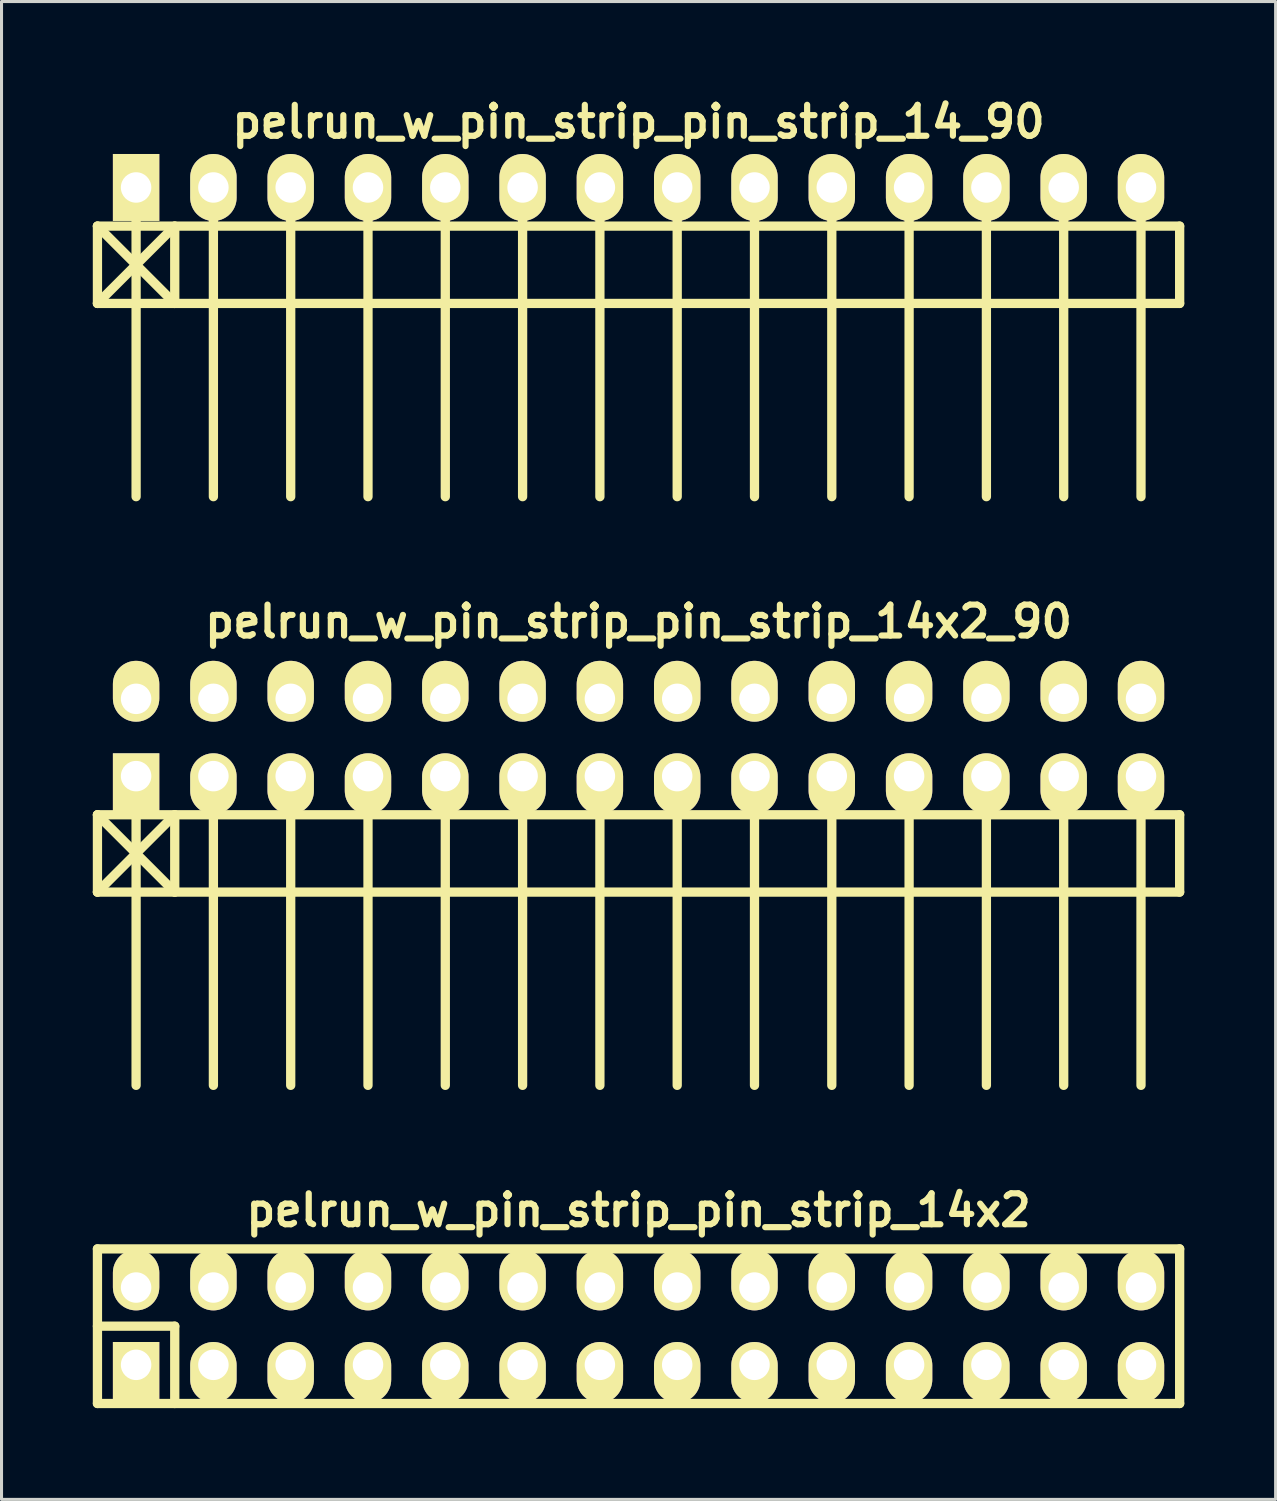
<source format=kicad_pcb>
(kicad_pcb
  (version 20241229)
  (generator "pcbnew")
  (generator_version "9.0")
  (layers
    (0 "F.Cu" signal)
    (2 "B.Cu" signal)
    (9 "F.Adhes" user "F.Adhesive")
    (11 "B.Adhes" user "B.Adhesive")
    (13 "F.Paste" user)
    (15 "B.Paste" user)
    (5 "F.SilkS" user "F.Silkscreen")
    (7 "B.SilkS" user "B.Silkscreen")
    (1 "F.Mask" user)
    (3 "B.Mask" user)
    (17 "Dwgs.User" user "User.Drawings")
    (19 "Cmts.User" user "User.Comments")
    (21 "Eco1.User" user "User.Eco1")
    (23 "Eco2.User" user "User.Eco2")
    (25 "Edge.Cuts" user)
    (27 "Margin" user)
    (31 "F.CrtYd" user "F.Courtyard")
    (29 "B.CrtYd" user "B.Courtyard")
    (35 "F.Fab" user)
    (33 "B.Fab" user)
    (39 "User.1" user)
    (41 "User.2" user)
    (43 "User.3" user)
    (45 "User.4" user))
  (footprint "pelrun_w_pin_strip_pin_strip_14x2"
    (layer "F.Cu")
    (at 17.932 40.527)
    (property "Reference" "pelrun_w_pin_strip_pin_strip_14x2" (at 0 -3.81 0) (layer "F.SilkS") (effects (font (size 1.016 1.016) (thickness 0.203))))
    (attr through_hole)
    (fp_line (start -17.78 -2.54) (end -17.78 2.54) (stroke (width 0.305) (type solid)) (layer "F.SilkS"))
    (fp_line (start -17.78 -2.54) (end 17.78 -2.54) (stroke (width 0.305) (type solid)) (layer "F.SilkS"))
    (fp_line (start -17.78 0) (end -15.24 0) (stroke (width 0.305) (type solid)) (layer "F.SilkS"))
    (fp_line (start -15.24 0) (end -15.24 2.54) (stroke (width 0.305) (type solid)) (layer "F.SilkS"))
    (fp_line (start 17.78 2.54) (end -17.78 2.54) (stroke (width 0.305) (type solid)) (layer "F.SilkS"))
    (fp_line (start 17.78 2.54) (end 17.78 -2.54) (stroke (width 0.305) (type solid)) (layer "F.SilkS"))
    (pad "1" thru_hole rect (at -16.51 1.27) (size 1.524 1.999) (drill 1.001 (offset 0 0.249)) (layers "*.Cu" "*.Mask" "F.SilkS"))
    (pad "2" thru_hole oval (at -16.51 -1.27) (size 1.524 1.999) (drill 1.001 (offset 0 -0.249)) (layers "*.Cu" "*.Mask" "F.SilkS"))
    (pad "3" thru_hole oval (at -13.97 1.27) (size 1.524 1.999) (drill 1.001 (offset 0 0.249)) (layers "*.Cu" "*.Mask" "F.SilkS"))
    (pad "4" thru_hole oval (at -13.97 -1.27) (size 1.524 1.999) (drill 1.001 (offset 0 -0.249)) (layers "*.Cu" "*.Mask" "F.SilkS"))
    (pad "5" thru_hole oval (at -11.43 1.27) (size 1.524 1.999) (drill 1.001 (offset 0 0.249)) (layers "*.Cu" "*.Mask" "F.SilkS"))
    (pad "6" thru_hole oval (at -11.43 -1.27) (size 1.524 1.999) (drill 1.001 (offset 0 -0.249)) (layers "*.Cu" "*.Mask" "F.SilkS"))
    (pad "7" thru_hole oval (at -8.89 1.27) (size 1.524 1.999) (drill 1.001 (offset 0 0.249)) (layers "*.Cu" "*.Mask" "F.SilkS"))
    (pad "8" thru_hole oval (at -8.89 -1.27) (size 1.524 1.999) (drill 1.001 (offset 0 -0.249)) (layers "*.Cu" "*.Mask" "F.SilkS"))
    (pad "9" thru_hole oval (at -6.35 1.27) (size 1.524 1.999) (drill 1.001 (offset 0 0.249)) (layers "*.Cu" "*.Mask" "F.SilkS"))
    (pad "10" thru_hole oval (at -6.35 -1.27) (size 1.524 1.999) (drill 1.001 (offset 0 -0.249)) (layers "*.Cu" "*.Mask" "F.SilkS"))
    (pad "11" thru_hole oval (at -3.81 1.27) (size 1.524 1.999) (drill 1.001 (offset 0 0.249)) (layers "*.Cu" "*.Mask" "F.SilkS"))
    (pad "12" thru_hole oval (at -3.81 -1.27) (size 1.524 1.999) (drill 1.001 (offset 0 -0.249)) (layers "*.Cu" "*.Mask" "F.SilkS"))
    (pad "13" thru_hole oval (at -1.27 1.27) (size 1.524 1.999) (drill 1.001 (offset 0 0.249)) (layers "*.Cu" "*.Mask" "F.SilkS"))
    (pad "14" thru_hole oval (at -1.27 -1.27) (size 1.524 1.999) (drill 1.001 (offset 0 -0.249)) (layers "*.Cu" "*.Mask" "F.SilkS"))
    (pad "15" thru_hole oval (at 1.27 1.27) (size 1.524 1.999) (drill 1.001 (offset 0 0.249)) (layers "*.Cu" "*.Mask" "F.SilkS"))
    (pad "16" thru_hole oval (at 1.27 -1.27) (size 1.524 1.999) (drill 1.001 (offset 0 -0.249)) (layers "*.Cu" "*.Mask" "F.SilkS"))
    (pad "17" thru_hole oval (at 3.81 1.27) (size 1.524 1.999) (drill 1.001 (offset 0 0.249)) (layers "*.Cu" "*.Mask" "F.SilkS"))
    (pad "18" thru_hole oval (at 3.81 -1.27) (size 1.524 1.999) (drill 1.001 (offset 0 -0.249)) (layers "*.Cu" "*.Mask" "F.SilkS"))
    (pad "19" thru_hole oval (at 6.35 1.27) (size 1.524 1.999) (drill 1.001 (offset 0 0.249)) (layers "*.Cu" "*.Mask" "F.SilkS"))
    (pad "20" thru_hole oval (at 6.35 -1.27) (size 1.524 1.999) (drill 1.001 (offset 0 -0.249)) (layers "*.Cu" "*.Mask" "F.SilkS"))
    (pad "21" thru_hole oval (at 8.89 1.27) (size 1.524 1.999) (drill 1.001 (offset 0 0.249)) (layers "*.Cu" "*.Mask" "F.SilkS"))
    (pad "22" thru_hole oval (at 8.89 -1.27) (size 1.524 1.999) (drill 1.001 (offset 0 -0.249)) (layers "*.Cu" "*.Mask" "F.SilkS"))
    (pad "23" thru_hole oval (at 11.43 1.27) (size 1.524 1.999) (drill 1.001 (offset 0 0.249)) (layers "*.Cu" "*.Mask" "F.SilkS"))
    (pad "24" thru_hole oval (at 11.43 -1.27) (size 1.524 1.999) (drill 1.001 (offset 0 -0.249)) (layers "*.Cu" "*.Mask" "F.SilkS"))
    (pad "25" thru_hole oval (at 13.97 1.27) (size 1.524 1.999) (drill 1.001 (offset 0 0.249)) (layers "*.Cu" "*.Mask" "F.SilkS"))
    (pad "26" thru_hole oval (at 13.97 -1.27) (size 1.524 1.999) (drill 1.001 (offset 0 -0.249)) (layers "*.Cu" "*.Mask" "F.SilkS"))
    (pad "27" thru_hole oval (at 16.51 1.27) (size 1.524 1.999) (drill 1.001 (offset 0 0.249)) (layers "*.Cu" "*.Mask" "F.SilkS"))
    (pad "28" thru_hole oval (at 16.51 -1.27) (size 1.524 1.999) (drill 1.001 (offset 0 -0.249)) (layers "*.Cu" "*.Mask" "F.SilkS")))
  (footprint "pelrun_w_pin_strip_pin_strip_14_90"
    (layer "F.Cu")
    (at 17.932 3.11)
    (property "Reference" "pelrun_w_pin_strip_pin_strip_14_90" (at 0 -2.159 0) (layer "F.SilkS") (effects (font (size 1.016 1.016) (thickness 0.203))))
    (attr through_hole)
    (fp_line (start -17.78 1.27) (end 17.78 1.27) (stroke (width 0.305) (type solid)) (layer "F.SilkS"))
    (fp_line (start -17.78 3.81) (end -17.78 1.27) (stroke (width 0.305) (type solid)) (layer "F.SilkS"))
    (fp_line (start -17.78 3.81) (end -15.24 1.27) (stroke (width 0.305) (type solid)) (layer "F.SilkS"))
    (fp_line (start -16.51 0) (end -16.51 10.16) (stroke (width 0.305) (type solid)) (layer "F.SilkS"))
    (fp_line (start -15.24 1.27) (end -15.24 3.81) (stroke (width 0.305) (type solid)) (layer "F.SilkS"))
    (fp_line (start -15.24 3.81) (end -17.78 1.27) (stroke (width 0.305) (type solid)) (layer "F.SilkS"))
    (fp_line (start -13.97 0) (end -13.97 10.16) (stroke (width 0.305) (type solid)) (layer "F.SilkS"))
    (fp_line (start -11.43 10.16) (end -11.43 0) (stroke (width 0.305) (type solid)) (layer "F.SilkS"))
    (fp_line (start -8.89 0) (end -8.89 10.16) (stroke (width 0.305) (type solid)) (layer "F.SilkS"))
    (fp_line (start -6.35 0) (end -6.35 10.16) (stroke (width 0.305) (type solid)) (layer "F.SilkS"))
    (fp_line (start -3.81 0) (end -3.81 10.16) (stroke (width 0.305) (type solid)) (layer "F.SilkS"))
    (fp_line (start -1.27 0) (end -1.27 10.16) (stroke (width 0.305) (type solid)) (layer "F.SilkS"))
    (fp_line (start 1.27 0) (end 1.27 10.16) (stroke (width 0.305) (type solid)) (layer "F.SilkS"))
    (fp_line (start 3.81 0) (end 3.81 10.16) (stroke (width 0.305) (type solid)) (layer "F.SilkS"))
    (fp_line (start 6.35 0) (end 6.35 10.16) (stroke (width 0.305) (type solid)) (layer "F.SilkS"))
    (fp_line (start 8.89 0) (end 8.89 10.16) (stroke (width 0.305) (type solid)) (layer "F.SilkS"))
    (fp_line (start 11.43 0) (end 11.43 10.16) (stroke (width 0.305) (type solid)) (layer "F.SilkS"))
    (fp_line (start 13.97 10.16) (end 13.97 0) (stroke (width 0.305) (type solid)) (layer "F.SilkS"))
    (fp_line (start 16.51 0) (end 16.51 10.16) (stroke (width 0.305) (type solid)) (layer "F.SilkS"))
    (fp_line (start 17.78 1.27) (end 17.78 3.81) (stroke (width 0.305) (type solid)) (layer "F.SilkS"))
    (fp_line (start 17.78 3.81) (end -17.78 3.81) (stroke (width 0.305) (type solid)) (layer "F.SilkS"))
    (pad "1" thru_hole rect (at -16.51 0) (size 1.524 2.2) (drill 1.001) (layers "*.Cu" "*.Mask" "F.SilkS"))
    (pad "2" thru_hole oval (at -13.97 0) (size 1.524 2.2) (drill 1.001) (layers "*.Cu" "*.Mask" "F.SilkS"))
    (pad "3" thru_hole oval (at -11.43 0) (size 1.524 2.2) (drill 1.001) (layers "*.Cu" "*.Mask" "F.SilkS"))
    (pad "4" thru_hole oval (at -8.89 0) (size 1.524 2.2) (drill 1.001) (layers "*.Cu" "*.Mask" "F.SilkS"))
    (pad "5" thru_hole oval (at -6.35 0) (size 1.524 2.2) (drill 1.001) (layers "*.Cu" "*.Mask" "F.SilkS"))
    (pad "6" thru_hole oval (at -3.81 0) (size 1.524 2.2) (drill 1.001) (layers "*.Cu" "*.Mask" "F.SilkS"))
    (pad "7" thru_hole oval (at -1.27 0) (size 1.524 2.2) (drill 1.001) (layers "*.Cu" "*.Mask" "F.SilkS"))
    (pad "8" thru_hole oval (at 1.27 0) (size 1.524 2.2) (drill 1.001) (layers "*.Cu" "*.Mask" "F.SilkS"))
    (pad "9" thru_hole oval (at 3.81 0) (size 1.524 2.2) (drill 1.001) (layers "*.Cu" "*.Mask" "F.SilkS"))
    (pad "10" thru_hole oval (at 6.35 0) (size 1.524 2.2) (drill 1.001) (layers "*.Cu" "*.Mask" "F.SilkS"))
    (pad "11" thru_hole oval (at 8.89 0) (size 1.524 2.2) (drill 1.001) (layers "*.Cu" "*.Mask" "F.SilkS"))
    (pad "12" thru_hole oval (at 11.43 0) (size 1.524 2.2) (drill 1.001) (layers "*.Cu" "*.Mask" "F.SilkS"))
    (pad "13" thru_hole oval (at 13.97 0) (size 1.524 2.2) (drill 1.001) (layers "*.Cu" "*.Mask" "F.SilkS"))
    (pad "14" thru_hole oval (at 16.51 0) (size 1.524 2.2) (drill 1.001) (layers "*.Cu" "*.Mask" "F.SilkS")))
  (footprint "pelrun_w_pin_strip_pin_strip_14x2_90"
    (layer "F.Cu")
    (at 17.932 21.183)
    (property "Reference" "pelrun_w_pin_strip_pin_strip_14x2_90" (at 0 -3.81 0) (layer "F.SilkS") (effects (font (size 1.016 1.016) (thickness 0.203))))
    (attr through_hole)
    (fp_line (start -17.78 2.54) (end -15.24 5.08) (stroke (width 0.305) (type solid)) (layer "F.SilkS"))
    (fp_line (start -17.78 2.54) (end 17.78 2.54) (stroke (width 0.305) (type solid)) (layer "F.SilkS"))
    (fp_line (start -17.78 5.08) (end -17.78 2.54) (stroke (width 0.305) (type solid)) (layer "F.SilkS"))
    (fp_line (start -16.51 1.27) (end -16.51 11.43) (stroke (width 0.305) (type solid)) (layer "F.SilkS"))
    (fp_line (start -15.24 2.54) (end -17.78 5.08) (stroke (width 0.305) (type solid)) (layer "F.SilkS"))
    (fp_line (start -15.24 5.08) (end -15.24 2.54) (stroke (width 0.305) (type solid)) (layer "F.SilkS"))
    (fp_line (start -13.97 1.27) (end -13.97 11.43) (stroke (width 0.305) (type solid)) (layer "F.SilkS"))
    (fp_line (start -11.43 11.43) (end -11.43 1.27) (stroke (width 0.305) (type solid)) (layer "F.SilkS"))
    (fp_line (start -8.89 1.27) (end -8.89 11.43) (stroke (width 0.305) (type solid)) (layer "F.SilkS"))
    (fp_line (start -6.35 1.27) (end -6.35 11.43) (stroke (width 0.305) (type solid)) (layer "F.SilkS"))
    (fp_line (start -3.81 1.27) (end -3.81 11.43) (stroke (width 0.305) (type solid)) (layer "F.SilkS"))
    (fp_line (start -1.27 1.27) (end -1.27 11.43) (stroke (width 0.305) (type solid)) (layer "F.SilkS"))
    (fp_line (start 1.27 1.27) (end 1.27 11.43) (stroke (width 0.305) (type solid)) (layer "F.SilkS"))
    (fp_line (start 3.81 1.27) (end 3.81 11.43) (stroke (width 0.305) (type solid)) (layer "F.SilkS"))
    (fp_line (start 6.35 1.27) (end 6.35 11.43) (stroke (width 0.305) (type solid)) (layer "F.SilkS"))
    (fp_line (start 8.89 1.27) (end 8.89 11.43) (stroke (width 0.305) (type solid)) (layer "F.SilkS"))
    (fp_line (start 11.43 1.27) (end 11.43 11.43) (stroke (width 0.305) (type solid)) (layer "F.SilkS"))
    (fp_line (start 13.97 11.43) (end 13.97 1.27) (stroke (width 0.305) (type solid)) (layer "F.SilkS"))
    (fp_line (start 16.51 1.27) (end 16.51 11.43) (stroke (width 0.305) (type solid)) (layer "F.SilkS"))
    (fp_line (start 17.78 2.54) (end 17.78 5.08) (stroke (width 0.305) (type solid)) (layer "F.SilkS"))
    (fp_line (start 17.78 5.08) (end -17.78 5.08) (stroke (width 0.305) (type solid)) (layer "F.SilkS"))
    (pad "1" thru_hole rect (at -16.51 1.27) (size 1.524 1.999) (drill 1.001 (offset 0 0.249)) (layers "*.Cu" "*.Mask" "F.SilkS"))
    (pad "2" thru_hole oval (at -16.51 -1.27) (size 1.524 1.999) (drill 1.001 (offset 0 -0.249)) (layers "*.Cu" "*.Mask" "F.SilkS"))
    (pad "3" thru_hole oval (at -13.97 1.27) (size 1.524 1.999) (drill 1.001 (offset 0 0.249)) (layers "*.Cu" "*.Mask" "F.SilkS"))
    (pad "4" thru_hole oval (at -13.97 -1.27) (size 1.524 1.999) (drill 1.001 (offset 0 -0.249)) (layers "*.Cu" "*.Mask" "F.SilkS"))
    (pad "5" thru_hole oval (at -11.43 1.27) (size 1.524 1.999) (drill 1.001 (offset 0 0.249)) (layers "*.Cu" "*.Mask" "F.SilkS"))
    (pad "6" thru_hole oval (at -11.43 -1.27) (size 1.524 1.999) (drill 1.001 (offset 0 -0.249)) (layers "*.Cu" "*.Mask" "F.SilkS"))
    (pad "7" thru_hole oval (at -8.89 1.27) (size 1.524 1.999) (drill 1.001 (offset 0 0.249)) (layers "*.Cu" "*.Mask" "F.SilkS"))
    (pad "8" thru_hole oval (at -8.89 -1.27) (size 1.524 1.999) (drill 1.001 (offset 0 -0.249)) (layers "*.Cu" "*.Mask" "F.SilkS"))
    (pad "9" thru_hole oval (at -6.35 1.27) (size 1.524 1.999) (drill 1.001 (offset 0 0.249)) (layers "*.Cu" "*.Mask" "F.SilkS"))
    (pad "10" thru_hole oval (at -6.35 -1.27) (size 1.524 1.999) (drill 1.001 (offset 0 -0.249)) (layers "*.Cu" "*.Mask" "F.SilkS"))
    (pad "11" thru_hole oval (at -3.81 1.27) (size 1.524 1.999) (drill 1.001 (offset 0 0.249)) (layers "*.Cu" "*.Mask" "F.SilkS"))
    (pad "12" thru_hole oval (at -3.81 -1.27) (size 1.524 1.999) (drill 1.001 (offset 0 -0.249)) (layers "*.Cu" "*.Mask" "F.SilkS"))
    (pad "13" thru_hole oval (at -1.27 1.27) (size 1.524 1.999) (drill 1.001 (offset 0 0.249)) (layers "*.Cu" "*.Mask" "F.SilkS"))
    (pad "14" thru_hole oval (at -1.27 -1.27) (size 1.524 1.999) (drill 1.001 (offset 0 -0.249)) (layers "*.Cu" "*.Mask" "F.SilkS"))
    (pad "15" thru_hole oval (at 1.27 1.27) (size 1.524 1.999) (drill 1.001 (offset 0 0.249)) (layers "*.Cu" "*.Mask" "F.SilkS"))
    (pad "16" thru_hole oval (at 1.27 -1.27) (size 1.524 1.999) (drill 1.001 (offset 0 -0.249)) (layers "*.Cu" "*.Mask" "F.SilkS"))
    (pad "17" thru_hole oval (at 3.81 1.27) (size 1.524 1.999) (drill 1.001 (offset 0 0.249)) (layers "*.Cu" "*.Mask" "F.SilkS"))
    (pad "18" thru_hole oval (at 3.81 -1.27) (size 1.524 1.999) (drill 1.001 (offset 0 -0.249)) (layers "*.Cu" "*.Mask" "F.SilkS"))
    (pad "19" thru_hole oval (at 6.35 1.27) (size 1.524 1.999) (drill 1.001 (offset 0 0.249)) (layers "*.Cu" "*.Mask" "F.SilkS"))
    (pad "20" thru_hole oval (at 6.35 -1.27) (size 1.524 1.999) (drill 1.001 (offset 0 -0.249)) (layers "*.Cu" "*.Mask" "F.SilkS"))
    (pad "21" thru_hole oval (at 8.89 1.27) (size 1.524 1.999) (drill 1.001 (offset 0 0.249)) (layers "*.Cu" "*.Mask" "F.SilkS"))
    (pad "22" thru_hole oval (at 8.89 -1.27) (size 1.524 1.999) (drill 1.001 (offset 0 -0.249)) (layers "*.Cu" "*.Mask" "F.SilkS"))
    (pad "23" thru_hole oval (at 11.43 1.27) (size 1.524 1.999) (drill 1.001 (offset 0 0.249)) (layers "*.Cu" "*.Mask" "F.SilkS"))
    (pad "24" thru_hole oval (at 11.43 -1.27) (size 1.524 1.999) (drill 1.001 (offset 0 -0.249)) (layers "*.Cu" "*.Mask" "F.SilkS"))
    (pad "25" thru_hole oval (at 13.97 1.27) (size 1.524 1.999) (drill 1.001 (offset 0 0.249)) (layers "*.Cu" "*.Mask" "F.SilkS"))
    (pad "26" thru_hole oval (at 13.97 -1.27) (size 1.524 1.999) (drill 1.001 (offset 0 -0.249)) (layers "*.Cu" "*.Mask" "F.SilkS"))
    (pad "27" thru_hole oval (at 16.51 1.27) (size 1.524 1.999) (drill 1.001 (offset 0 0.249)) (layers "*.Cu" "*.Mask" "F.SilkS"))
    (pad "28" thru_hole oval (at 16.51 -1.27) (size 1.524 1.999) (drill 1.001 (offset 0 -0.249)) (layers "*.Cu" "*.Mask" "F.SilkS")))
  (gr_rect
    (start -3 -3)
    (end 38.865 46.219)
    (stroke (width 0.1) (type default))
    (fill no)
    (layer "Edge.Cuts")))
</source>
